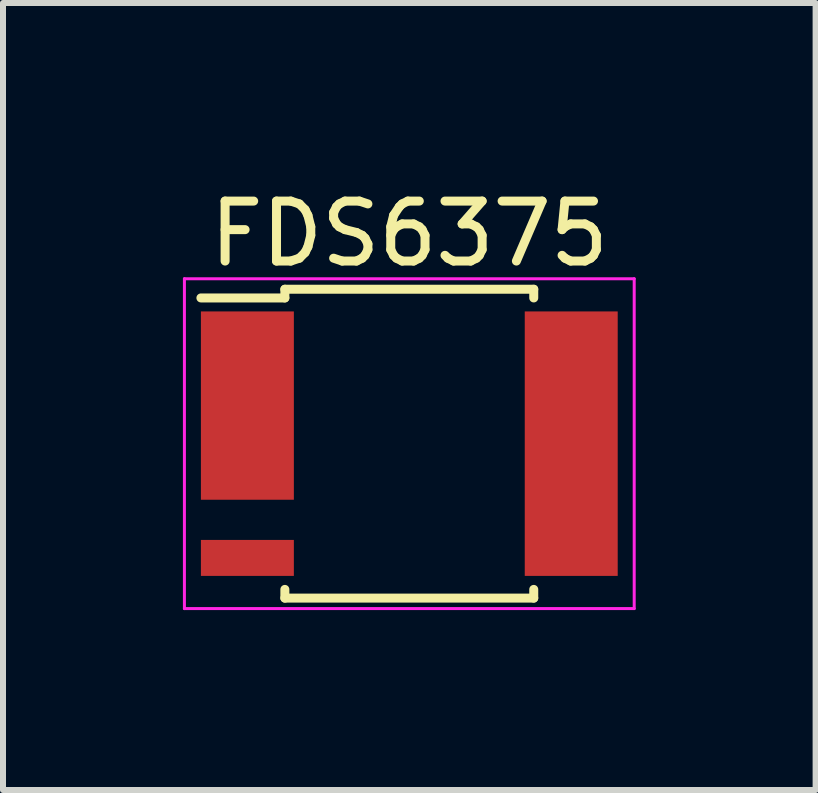
<source format=kicad_pcb>
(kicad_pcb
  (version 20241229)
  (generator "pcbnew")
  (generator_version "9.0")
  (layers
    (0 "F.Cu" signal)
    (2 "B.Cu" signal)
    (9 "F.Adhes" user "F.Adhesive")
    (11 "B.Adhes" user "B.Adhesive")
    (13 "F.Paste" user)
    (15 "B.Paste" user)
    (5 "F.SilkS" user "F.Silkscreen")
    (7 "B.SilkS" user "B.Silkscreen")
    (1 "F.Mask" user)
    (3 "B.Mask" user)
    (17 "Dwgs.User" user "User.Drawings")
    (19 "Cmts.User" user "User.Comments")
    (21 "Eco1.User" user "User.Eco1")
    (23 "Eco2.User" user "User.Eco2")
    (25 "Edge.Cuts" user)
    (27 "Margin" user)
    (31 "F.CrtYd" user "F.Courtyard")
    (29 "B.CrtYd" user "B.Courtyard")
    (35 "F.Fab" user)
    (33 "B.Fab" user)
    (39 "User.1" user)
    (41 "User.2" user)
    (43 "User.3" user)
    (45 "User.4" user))
  (footprint "FDS6375"
    (layer "F.Cu")
    (at 3.775 4.348)
    (property "Reference" "FDS6375" (at 0 -3.5 0) (layer "F.SilkS") (effects (font (size 1 1) (thickness 0.15))))
    (attr smd)
    (fp_line (start -2.075 -2.575) (end -2.075 -2.43) (stroke (width 0.15) (type solid)) (layer "F.SilkS"))
    (fp_line (start -2.075 -2.575) (end 2.075 -2.575) (stroke (width 0.15) (type solid)) (layer "F.SilkS"))
    (fp_line (start -2.075 -2.43) (end -3.475 -2.43) (stroke (width 0.15) (type solid)) (layer "F.SilkS"))
    (fp_line (start -2.075 2.575) (end -2.075 2.43) (stroke (width 0.15) (type solid)) (layer "F.SilkS"))
    (fp_line (start -2.075 2.575) (end 2.075 2.575) (stroke (width 0.15) (type solid)) (layer "F.SilkS"))
    (fp_line (start 2.075 -2.575) (end 2.075 -2.43) (stroke (width 0.15) (type solid)) (layer "F.SilkS"))
    (fp_line (start 2.075 2.575) (end 2.075 2.43) (stroke (width 0.15) (type solid)) (layer "F.SilkS"))
    (fp_line (start -3.75 -2.75) (end -3.75 2.75) (stroke (width 0.05) (type solid)) (layer "F.CrtYd"))
    (fp_line (start -3.75 -2.75) (end 3.75 -2.75) (stroke (width 0.05) (type solid)) (layer "F.CrtYd"))
    (fp_line (start -3.75 2.75) (end 3.75 2.75) (stroke (width 0.05) (type solid)) (layer "F.CrtYd"))
    (fp_line (start 3.75 -2.75) (end 3.75 2.75) (stroke (width 0.05) (type solid)) (layer "F.CrtYd"))
    (pad "1" smd rect (at -2.7 -0.635) (size 1.55 3.14) (layers "F.Cu" "F.Mask" "F.Paste"))
    (pad "2" smd rect (at -2.7 1.905) (size 1.55 0.6) (layers "F.Cu" "F.Mask" "F.Paste"))
    (pad "3" smd rect (at 2.7 0) (size 1.55 4.41) (layers "F.Cu" "F.Mask" "F.Paste")))
  (gr_rect
    (start -3 -3)
    (end 10.55 10.123)
    (stroke (width 0.1) (type default))
    (fill no)
    (layer "Edge.Cuts")))
</source>
